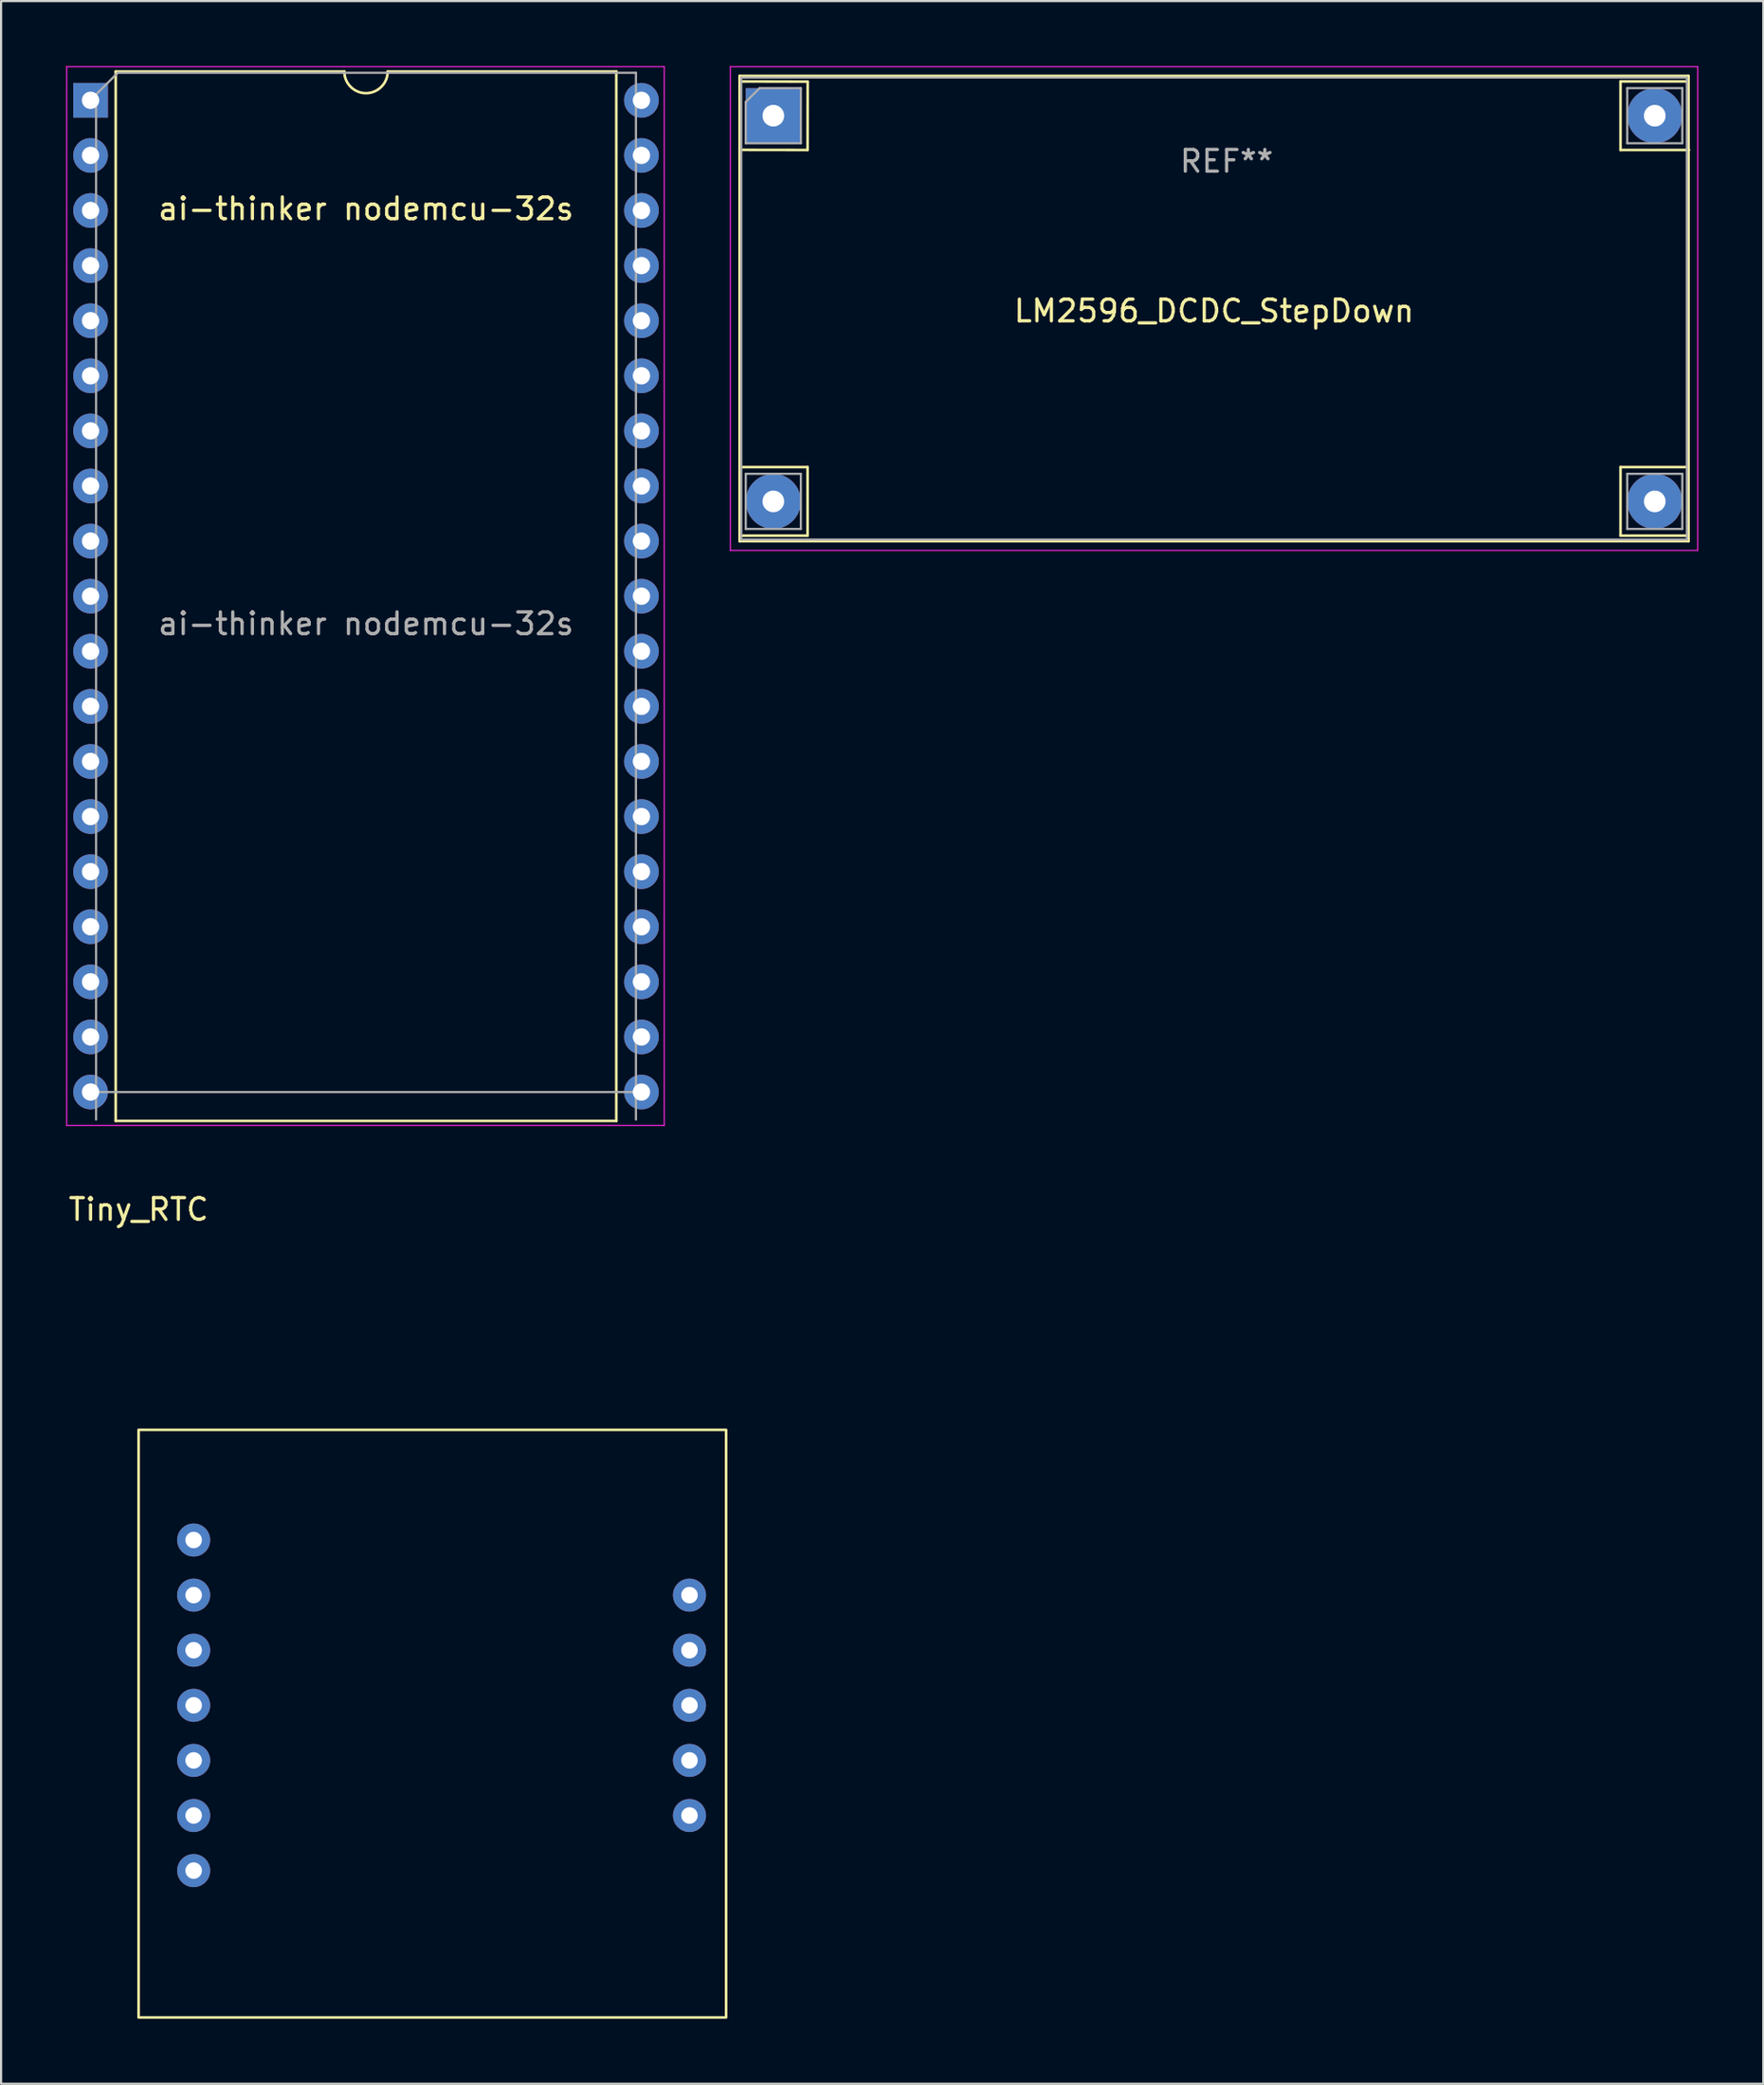
<source format=kicad_pcb>
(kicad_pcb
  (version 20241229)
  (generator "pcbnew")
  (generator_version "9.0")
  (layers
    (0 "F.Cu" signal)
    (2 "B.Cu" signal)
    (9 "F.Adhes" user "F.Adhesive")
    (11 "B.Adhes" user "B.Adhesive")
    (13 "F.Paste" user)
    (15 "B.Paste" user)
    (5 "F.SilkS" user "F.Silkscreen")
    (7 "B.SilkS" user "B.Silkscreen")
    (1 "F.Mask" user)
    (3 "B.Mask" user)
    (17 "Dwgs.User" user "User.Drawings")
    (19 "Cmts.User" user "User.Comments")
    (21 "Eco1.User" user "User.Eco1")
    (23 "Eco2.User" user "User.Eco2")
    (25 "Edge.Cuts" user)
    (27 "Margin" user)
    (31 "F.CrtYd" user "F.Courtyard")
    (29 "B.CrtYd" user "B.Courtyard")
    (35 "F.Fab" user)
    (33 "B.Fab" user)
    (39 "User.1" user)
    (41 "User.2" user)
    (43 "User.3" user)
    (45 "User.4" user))
  (footprint "ai-thinker nodemcu-32s"
    (layer "F.Cu")
    (at 1.125 1.575)
    (property "Reference" "ai-thinker nodemcu-32s" (at 12.7 5 0) (layer "F.SilkS") (effects (font (size 1 1) (thickness 0.15))))
    (attr through_hole)
    (fp_line (start 1.16 -1.33) (end 1.16 47.05) (stroke (width 0.12) (type solid)) (layer "F.SilkS"))
    (fp_line (start 1.16 47.05) (end 24.24 47.05) (stroke (width 0.12) (type solid)) (layer "F.SilkS"))
    (fp_line (start 11.7 -1.33) (end 1.16 -1.33) (stroke (width 0.12) (type solid)) (layer "F.SilkS"))
    (fp_line (start 24.24 -1.33) (end 13.7 -1.33) (stroke (width 0.12) (type solid)) (layer "F.SilkS"))
    (fp_line (start 24.24 47.05) (end 24.24 -1.33) (stroke (width 0.12) (type solid)) (layer "F.SilkS"))
    (fp_arc (start 13.7 -1.33) (mid 12.7 -0.33) (end 11.7 -1.33) (stroke (width 0.12) (type solid)) (layer "F.SilkS"))
    (fp_line (start -1.1 -1.55) (end -1.1 47.26) (stroke (width 0.05) (type solid)) (layer "F.CrtYd"))
    (fp_line (start -1.1 47.26) (end 26.45 47.26) (stroke (width 0.05) (type solid)) (layer "F.CrtYd"))
    (fp_line (start 26.45 -1.55) (end -1.1 -1.55) (stroke (width 0.05) (type solid)) (layer "F.CrtYd"))
    (fp_line (start 26.45 47.26) (end 26.45 -1.55) (stroke (width 0.05) (type solid)) (layer "F.CrtYd"))
    (fp_line (start 0.255 -0.27) (end 1.255 -1.27) (stroke (width 0.1) (type solid)) (layer "F.Fab"))
    (fp_line (start 0.255 46.99) (end 0.255 -0.27) (stroke (width 0.1) (type solid)) (layer "F.Fab"))
    (fp_line (start 1.255 -1.27) (end 25.145 -1.27) (stroke (width 0.1) (type solid)) (layer "F.Fab"))
    (fp_line (start 25.145 -1.27) (end 25.145 46.99) (stroke (width 0.1) (type solid)) (layer "F.Fab"))
    (fp_line (start 25.145 45.72) (end 0.255 45.72) (stroke (width 0.1) (type solid)) (layer "F.Fab"))
    (fp_text user "${REFERENCE}" (at 12.7 24.13 0) (layer "F.Fab") (effects (font (size 1 1) (thickness 0.15))))
    (pad "1" thru_hole rect (at 0 0) (size 1.6 1.6) (drill 0.8) (layers "*.Cu" "*.Mask"))
    (pad "2" thru_hole oval (at 0 2.54) (size 1.6 1.6) (drill 0.8) (layers "*.Cu" "*.Mask"))
    (pad "3" thru_hole oval (at 0 5.08) (size 1.6 1.6) (drill 0.8) (layers "*.Cu" "*.Mask"))
    (pad "4" thru_hole oval (at 0 7.62) (size 1.6 1.6) (drill 0.8) (layers "*.Cu" "*.Mask"))
    (pad "5" thru_hole oval (at 0 10.16) (size 1.6 1.6) (drill 0.8) (layers "*.Cu" "*.Mask"))
    (pad "6" thru_hole oval (at 0 12.7) (size 1.6 1.6) (drill 0.8) (layers "*.Cu" "*.Mask"))
    (pad "7" thru_hole oval (at 0 15.24) (size 1.6 1.6) (drill 0.8) (layers "*.Cu" "*.Mask"))
    (pad "8" thru_hole oval (at 0 17.78) (size 1.6 1.6) (drill 0.8) (layers "*.Cu" "*.Mask"))
    (pad "9" thru_hole oval (at 0 20.32) (size 1.6 1.6) (drill 0.8) (layers "*.Cu" "*.Mask"))
    (pad "10" thru_hole oval (at 0 22.86) (size 1.6 1.6) (drill 0.8) (layers "*.Cu" "*.Mask"))
    (pad "11" thru_hole oval (at 0 25.4) (size 1.6 1.6) (drill 0.8) (layers "*.Cu" "*.Mask"))
    (pad "12" thru_hole oval (at 0 27.94) (size 1.6 1.6) (drill 0.8) (layers "*.Cu" "*.Mask"))
    (pad "13" thru_hole oval (at 0 30.48) (size 1.6 1.6) (drill 0.8) (layers "*.Cu" "*.Mask"))
    (pad "14" thru_hole oval (at 0 33.02) (size 1.6 1.6) (drill 0.8) (layers "*.Cu" "*.Mask"))
    (pad "15" thru_hole oval (at 0 35.56) (size 1.6 1.6) (drill 0.8) (layers "*.Cu" "*.Mask"))
    (pad "16" thru_hole oval (at 0 38.1) (size 1.6 1.6) (drill 0.8) (layers "*.Cu" "*.Mask"))
    (pad "17" thru_hole oval (at 0 40.64) (size 1.6 1.6) (drill 0.8) (layers "*.Cu" "*.Mask"))
    (pad "18" thru_hole oval (at 0 43.18) (size 1.6 1.6) (drill 0.8) (layers "*.Cu" "*.Mask"))
    (pad "19" thru_hole oval (at 0 45.72) (size 1.6 1.6) (drill 0.8) (layers "*.Cu" "*.Mask"))
    (pad "20" thru_hole oval (at 25.4 45.72) (size 1.6 1.6) (drill 0.8) (layers "*.Cu" "*.Mask"))
    (pad "21" thru_hole oval (at 25.4 43.18) (size 1.6 1.6) (drill 0.8) (layers "*.Cu" "*.Mask"))
    (pad "22" thru_hole oval (at 25.4 40.64) (size 1.6 1.6) (drill 0.8) (layers "*.Cu" "*.Mask"))
    (pad "23" thru_hole oval (at 25.4 38.1) (size 1.6 1.6) (drill 0.8) (layers "*.Cu" "*.Mask"))
    (pad "24" thru_hole oval (at 25.4 35.56) (size 1.6 1.6) (drill 0.8) (layers "*.Cu" "*.Mask"))
    (pad "25" thru_hole oval (at 25.4 33.02) (size 1.6 1.6) (drill 0.8) (layers "*.Cu" "*.Mask"))
    (pad "26" thru_hole oval (at 25.4 30.48) (size 1.6 1.6) (drill 0.8) (layers "*.Cu" "*.Mask"))
    (pad "27" thru_hole oval (at 25.4 27.94) (size 1.6 1.6) (drill 0.8) (layers "*.Cu" "*.Mask"))
    (pad "28" thru_hole oval (at 25.4 25.4) (size 1.6 1.6) (drill 0.8) (layers "*.Cu" "*.Mask"))
    (pad "29" thru_hole oval (at 25.4 22.86) (size 1.6 1.6) (drill 0.8) (layers "*.Cu" "*.Mask"))
    (pad "30" thru_hole oval (at 25.4 20.32) (size 1.6 1.6) (drill 0.8) (layers "*.Cu" "*.Mask"))
    (pad "31" thru_hole oval (at 25.4 17.78) (size 1.6 1.6) (drill 0.8) (layers "*.Cu" "*.Mask"))
    (pad "32" thru_hole oval (at 25.4 15.24) (size 1.6 1.6) (drill 0.8) (layers "*.Cu" "*.Mask"))
    (pad "33" thru_hole oval (at 25.4 12.7) (size 1.6 1.6) (drill 0.8) (layers "*.Cu" "*.Mask"))
    (pad "34" thru_hole oval (at 25.4 10.16) (size 1.6 1.6) (drill 0.8) (layers "*.Cu" "*.Mask"))
    (pad "35" thru_hole oval (at 25.4 7.62) (size 1.6 1.6) (drill 0.8) (layers "*.Cu" "*.Mask"))
    (pad "36" thru_hole oval (at 25.4 5.08) (size 1.6 1.6) (drill 0.8) (layers "*.Cu" "*.Mask"))
    (pad "37" thru_hole oval (at 25.4 2.54) (size 1.6 1.6) (drill 0.8) (layers "*.Cu" "*.Mask"))
    (pad "38" thru_hole oval (at 25.4 0) (size 1.6 1.6) (drill 0.8) (layers "*.Cu" "*.Mask")))
  (footprint "Tiny_RTC"
    (layer "F.Cu")
    (at 3.339 62.868)
    (property "Reference" "Tiny_RTC" (at 0 -10.16 0) (unlocked yes) (layer "F.SilkS") (effects (font (size 1 1) (thickness 0.15))))
    (attr through_hole)
    (fp_rect (start 0 0) (end 27.088 27.088) (stroke (width 0.12) (type solid)) (fill no) (layer "F.SilkS"))
    (pad "1" thru_hole circle (at 2.54 5.08) (size 1.524 1.524) (drill 0.762) (layers "*.Cu" "*.Mask"))
    (pad "2" thru_hole circle (at 2.54 7.62) (size 1.524 1.524) (drill 0.762) (layers "*.Cu" "*.Mask"))
    (pad "3" thru_hole circle (at 2.54 10.16) (size 1.524 1.524) (drill 0.762) (layers "*.Cu" "*.Mask"))
    (pad "4" thru_hole circle (at 2.54 12.7) (size 1.524 1.524) (drill 0.762) (layers "*.Cu" "*.Mask"))
    (pad "5" thru_hole circle (at 2.54 15.24) (size 1.524 1.524) (drill 0.762) (layers "*.Cu" "*.Mask"))
    (pad "6" thru_hole circle (at 2.54 17.78) (size 1.524 1.524) (drill 0.762) (layers "*.Cu" "*.Mask"))
    (pad "7" thru_hole circle (at 2.54 20.32) (size 1.524 1.524) (drill 0.762) (layers "*.Cu" "*.Mask"))
    (pad "8" thru_hole circle (at 25.4 17.78) (size 1.524 1.524) (drill 0.762) (layers "*.Cu" "*.Mask"))
    (pad "9" thru_hole circle (at 25.4 15.24) (size 1.524 1.524) (drill 0.762) (layers "*.Cu" "*.Mask"))
    (pad "10" thru_hole circle (at 25.4 12.7) (size 1.524 1.524) (drill 0.762) (layers "*.Cu" "*.Mask"))
    (pad "11" thru_hole circle (at 25.4 10.16) (size 1.524 1.524) (drill 0.762) (layers "*.Cu" "*.Mask"))
    (pad "12" thru_hole circle (at 25.4 7.62) (size 1.524 1.524) (drill 0.762) (layers "*.Cu" "*.Mask")))
  (footprint "LM2596_DCDC_StepDown"
    (layer "F.Cu")
    (at 32.605 2.285)
    (property "Reference" "LM2596_DCDC_StepDown" (at 20.32 9 180) (layer "F.SilkS") (effects (font (size 1 1) (thickness 0.15))))
    (attr through_hole)
    (fp_line (start -1.555 -1.835) (end -1.555 19.615) (stroke (width 0.12) (type solid)) (layer "F.SilkS"))
    (fp_line (start -1.555 19.615) (end 42.195 19.615) (stroke (width 0.12) (type solid)) (layer "F.SilkS"))
    (fp_line (start -1.55 -1.58) (end 1.585 -1.572) (stroke (width 0.12) (type solid)) (layer "F.SilkS"))
    (fp_line (start -1.55 1.575) (end 1.58 1.58) (stroke (width 0.12) (type solid)) (layer "F.SilkS"))
    (fp_line (start -1.55 16.2) (end 1.58 16.2) (stroke (width 0.12) (type solid)) (layer "F.SilkS"))
    (fp_line (start -1.55 19.36) (end 1.58 19.36) (stroke (width 0.12) (type solid)) (layer "F.SilkS"))
    (fp_line (start 1.58 16.2) (end 1.58 19.36) (stroke (width 0.12) (type solid)) (layer "F.SilkS"))
    (fp_line (start 1.585 -1.572) (end 1.58 1.58) (stroke (width 0.12) (type solid)) (layer "F.SilkS"))
    (fp_line (start 39.06 -1.58) (end 42.175 -1.58) (stroke (width 0.12) (type solid)) (layer "F.SilkS"))
    (fp_line (start 39.06 1.58) (end 39.06 -1.58) (stroke (width 0.12) (type solid)) (layer "F.SilkS"))
    (fp_line (start 39.06 1.58) (end 42.22 1.58) (stroke (width 0.12) (type solid)) (layer "F.SilkS"))
    (fp_line (start 39.06 16.2) (end 42.175 16.2) (stroke (width 0.12) (type solid)) (layer "F.SilkS"))
    (fp_line (start 39.06 19.36) (end 39.06 16.2) (stroke (width 0.12) (type solid)) (layer "F.SilkS"))
    (fp_line (start 39.06 19.36) (end 42.175 19.36) (stroke (width 0.12) (type solid)) (layer "F.SilkS"))
    (fp_line (start 42.195 -1.835) (end -1.555 -1.835) (stroke (width 0.12) (type solid)) (layer "F.SilkS"))
    (fp_line (start 42.195 19.615) (end 42.195 -1.835) (stroke (width 0.12) (type solid)) (layer "F.SilkS"))
    (fp_line (start -1.98 -2.26) (end 42.62 -2.26) (stroke (width 0.05) (type solid)) (layer "F.CrtYd"))
    (fp_line (start -1.98 20.04) (end -1.98 -2.26) (stroke (width 0.05) (type solid)) (layer "F.CrtYd"))
    (fp_line (start 42.62 -2.26) (end 42.62 20.04) (stroke (width 0.05) (type solid)) (layer "F.CrtYd"))
    (fp_line (start 42.62 20.04) (end -1.98 20.04) (stroke (width 0.05) (type solid)) (layer "F.CrtYd"))
    (fp_line (start -1.48 -1.76) (end -1.48 19.54) (stroke (width 0.1) (type solid)) (layer "F.Fab"))
    (fp_line (start -1.48 19.54) (end 42.12 19.54) (stroke (width 0.1) (type solid)) (layer "F.Fab"))
    (fp_line (start -1.27 -0.635) (end -0.635 -1.27) (stroke (width 0.1) (type solid)) (layer "F.Fab"))
    (fp_line (start -1.27 1.27) (end -1.27 -0.635) (stroke (width 0.1) (type solid)) (layer "F.Fab"))
    (fp_line (start -1.27 16.51) (end 1.27 16.51) (stroke (width 0.1) (type solid)) (layer "F.Fab"))
    (fp_line (start -1.27 19.05) (end -1.27 16.51) (stroke (width 0.1) (type solid)) (layer "F.Fab"))
    (fp_line (start -0.635 -1.27) (end 1.27 -1.27) (stroke (width 0.1) (type solid)) (layer "F.Fab"))
    (fp_line (start 1.27 -1.27) (end 1.27 1.27) (stroke (width 0.1) (type solid)) (layer "F.Fab"))
    (fp_line (start 1.27 1.27) (end -1.27 1.27) (stroke (width 0.1) (type solid)) (layer "F.Fab"))
    (fp_line (start 1.27 16.51) (end 1.27 19.05) (stroke (width 0.1) (type solid)) (layer "F.Fab"))
    (fp_line (start 1.27 19.05) (end -1.27 19.05) (stroke (width 0.1) (type solid)) (layer "F.Fab"))
    (fp_line (start 39.37 -1.27) (end 41.91 -1.27) (stroke (width 0.1) (type solid)) (layer "F.Fab"))
    (fp_line (start 39.37 1.27) (end 39.37 -1.27) (stroke (width 0.1) (type solid)) (layer "F.Fab"))
    (fp_line (start 39.37 16.51) (end 41.91 16.51) (stroke (width 0.1) (type solid)) (layer "F.Fab"))
    (fp_line (start 39.37 19.05) (end 39.37 16.51) (stroke (width 0.1) (type solid)) (layer "F.Fab"))
    (fp_line (start 41.91 -1.27) (end 41.91 1.27) (stroke (width 0.1) (type solid)) (layer "F.Fab"))
    (fp_line (start 41.91 1.27) (end 39.37 1.27) (stroke (width 0.1) (type solid)) (layer "F.Fab"))
    (fp_line (start 41.91 16.51) (end 41.91 19.05) (stroke (width 0.1) (type solid)) (layer "F.Fab"))
    (fp_line (start 41.91 19.05) (end 39.37 19.05) (stroke (width 0.1) (type solid)) (layer "F.Fab"))
    (fp_line (start 42.12 -1.76) (end -1.48 -1.76) (stroke (width 0.1) (type solid)) (layer "F.Fab"))
    (fp_line (start 42.12 19.54) (end 42.12 -1.76) (stroke (width 0.1) (type solid)) (layer "F.Fab"))
    (fp_text user "REF**" (at 20.9 2.1 180) (layer "F.Fab") (effects (font (size 1 1) (thickness 0.15))))
    (pad "1" thru_hole rect (at 0 0) (size 2.54 2.54) (drill 1) (layers "*.Cu" "*.Mask"))
    (pad "2" thru_hole circle (at 0 17.78) (size 2.54 2.54) (drill 1) (layers "*.Cu" "*.Mask"))
    (pad "3" thru_hole circle (at 40.64 17.78) (size 2.54 2.54) (drill 1) (layers "*.Cu" "*.Mask"))
    (pad "4" thru_hole circle (at 40.64 0) (size 2.54 2.54) (drill 1) (layers "*.Cu" "*.Mask")))
  (gr_rect
    (start -3 -3)
    (end 78.25 93.016)
    (stroke (width 0.1) (type default))
    (fill no)
    (layer "Edge.Cuts")))
</source>
